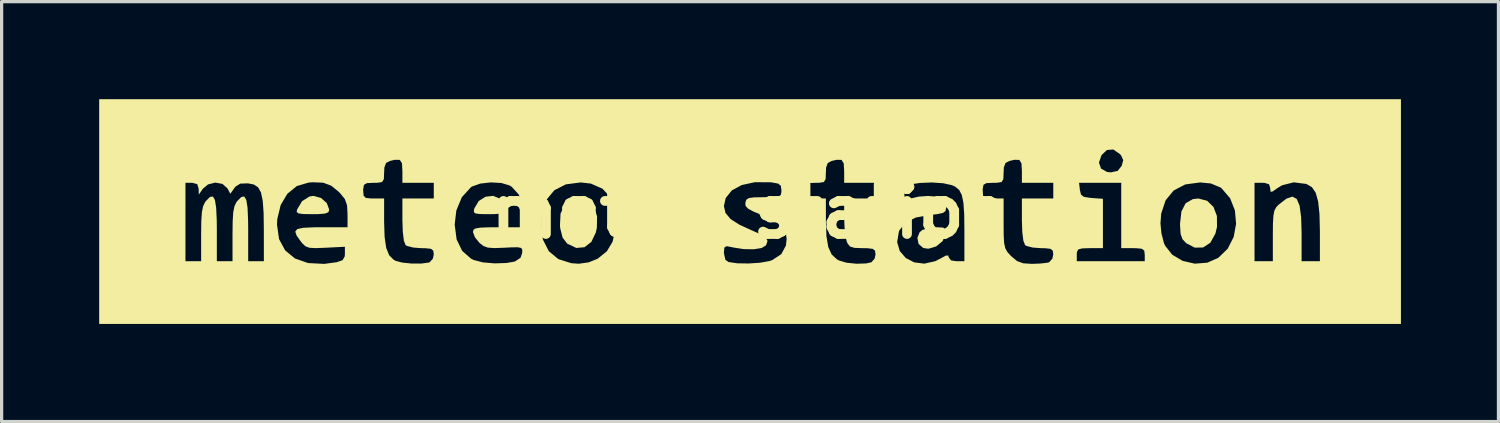
<source format=kicad_pcb>
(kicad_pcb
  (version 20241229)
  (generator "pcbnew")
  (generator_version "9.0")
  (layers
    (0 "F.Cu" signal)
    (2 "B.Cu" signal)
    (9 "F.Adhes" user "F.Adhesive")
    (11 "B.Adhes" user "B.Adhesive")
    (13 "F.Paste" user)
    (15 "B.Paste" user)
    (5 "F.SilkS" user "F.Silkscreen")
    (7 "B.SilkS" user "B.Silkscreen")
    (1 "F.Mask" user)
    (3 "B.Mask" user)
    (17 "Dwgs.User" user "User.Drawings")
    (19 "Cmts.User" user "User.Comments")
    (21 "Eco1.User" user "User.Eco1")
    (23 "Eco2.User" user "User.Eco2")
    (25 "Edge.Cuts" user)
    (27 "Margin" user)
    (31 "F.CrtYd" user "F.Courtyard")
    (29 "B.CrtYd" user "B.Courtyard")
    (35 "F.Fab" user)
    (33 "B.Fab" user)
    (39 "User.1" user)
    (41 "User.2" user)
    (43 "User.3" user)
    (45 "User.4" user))
  (footprint "meteo_station"
    (layer "F.Cu")
    (at 20.015 3.456)
    (property "Reference" "meteo_station" (at 0 0 0) (layer "F.SilkS") (effects (font (size 1.524 1.524) (thickness 0.3))))
    (attr board_only exclude_from_pos_files exclude_from_bom)
    (fp_poly (pts (xy -13.195 -0.419) (xy -13.016 -0.262) (xy -12.941 -0.059) (xy -12.941 -0.054) (xy -12.967 0.02) (xy -13.067 0.061) (xy -13.275 0.078) (xy -13.461 0.08) (xy -13.74 0.076) (xy -13.89 0.055) (xy -13.942 0.01) (xy -13.931 -0.06) (xy -13.775 -0.321) (xy -13.549 -0.464) (xy -13.423 -0.482)) (stroke (width 0) (type solid)) (fill yes) (layer "F.SilkS"))
    (fp_poly (pts (xy -7.685 -0.394) (xy -7.6 -0.304) (xy -7.492 -0.12) (xy -7.491 -0.004) (xy -7.612 0.057) (xy -7.871 0.079) (xy -8.003 0.08) (xy -8.285 0.077) (xy -8.437 0.06) (xy -8.494 0.016) (xy -8.487 -0.067) (xy -8.477 -0.1) (xy -8.344 -0.325) (xy -8.136 -0.456) (xy -7.9 -0.483)) (stroke (width 0) (type solid)) (fill yes) (layer "F.SilkS"))
    (fp_poly (pts (xy 5.939 0.493) (xy 6.014 0.55) (xy 6.015 0.688) (xy 6.014 0.699) (xy 5.918 0.912) (xy 5.722 1.072) (xy 5.484 1.143) (xy 5.325 1.12) (xy 5.182 0.994) (xy 5.145 0.81) (xy 5.215 0.634) (xy 5.3 0.565) (xy 5.486 0.509) (xy 5.728 0.482) (xy 5.747 0.482)) (stroke (width 0) (type solid)) (fill yes) (layer "F.SilkS"))
    (fp_poly (pts (xy -4.997 -0.333) (xy -4.804 -0.144) (xy -4.705 0.142) (xy -4.711 0.499) (xy -4.743 0.645) (xy -4.882 0.934) (xy -5.091 1.096) (xy -5.343 1.119) (xy -5.61 0.993) (xy -5.628 0.98) (xy -5.764 0.803) (xy -5.836 0.523) (xy -5.846 0.437) (xy -5.828 0.066) (xy -5.704 -0.207) (xy -5.483 -0.366) (xy -5.271 -0.402)) (stroke (width 0) (type solid)) (fill yes) (layer "F.SilkS"))
    (fp_poly (pts (xy 14.055 -0.332) (xy 14.25 -0.143) (xy 14.356 0.135) (xy 14.359 0.473) (xy 14.31 0.677) (xy 14.154 0.958) (xy 13.932 1.104) (xy 13.672 1.109) (xy 13.412 0.972) (xy 13.297 0.849) (xy 13.24 0.688) (xy 13.223 0.431) (xy 13.222 0.377) (xy 13.265 -0.005) (xy 13.395 -0.257) (xy 13.617 -0.383) (xy 13.785 -0.402)) (stroke (width 0) (type solid)) (fill yes) (layer "F.SilkS"))
    (fp_poly (pts (xy 20.015 3.456) (xy -20.015 3.456) (xy -20.015 1.527) (xy -17.362 1.527) (xy -16.88 1.527) (xy -16.88 0.692) (xy -16.875 0.294) (xy -16.857 0.022) (xy -16.821 -0.159) (xy -16.762 -0.285) (xy -16.732 -0.325) (xy -16.609 -0.449) (xy -16.518 -0.463) (xy -16.456 -0.357) (xy -16.418 -0.12) (xy -16.4 0.26) (xy -16.397 0.567) (xy -16.397 1.527) (xy -15.915 1.527) (xy -15.915 0.692) (xy -15.91 0.294) (xy -15.893 0.022) (xy -15.857 -0.159) (xy -15.798 -0.285) (xy -15.767 -0.325) (xy -15.644 -0.449) (xy -15.553 -0.463) (xy -15.491 -0.357) (xy -15.453 -0.12) (xy -15.436 0.26) (xy -15.433 0.567) (xy -15.433 1.527) (xy -14.951 1.527) (xy -14.952 0.543) (xy -14.954 0.403) (xy -14.547 0.403) (xy -14.484 0.846) (xy -14.296 1.194) (xy -13.995 1.442) (xy -13.591 1.583) (xy -13.096 1.609) (xy -12.71 1.557) (xy -12.53 1.495) (xy -12.464 1.377) (xy -12.459 1.295) (xy -12.459 1.082) (xy -13.049 1.112) (xy -13.357 1.124) (xy -13.549 1.113) (xy -13.67 1.069) (xy -13.766 0.98) (xy -13.813 0.922) (xy -13.943 0.739) (xy -13.986 0.616) (xy -13.924 0.539) (xy -13.743 0.499) (xy -13.425 0.484) (xy -13.182 0.482) (xy -12.378 0.482) (xy -12.378 0.072) (xy -12.394 -0.196) (xy -12.459 -0.383) (xy -12.607 -0.566) (xy -12.652 -0.611) (xy -12.691 -0.643) (xy -11.896 -0.643) (xy -11.884 -0.488) (xy -11.815 -0.42) (xy -11.644 -0.402) (xy -11.575 -0.402) (xy -11.253 -0.402) (xy -11.253 0.318) (xy -11.238 0.784) (xy -11.189 1.117) (xy -11.099 1.341) (xy -10.959 1.482) (xy -10.902 1.514) (xy -10.699 1.568) (xy -10.412 1.598) (xy -10.116 1.599) (xy -9.886 1.569) (xy -9.853 1.559) (xy -9.754 1.449) (xy -9.726 1.318) (xy -9.741 1.202) (xy -9.814 1.145) (xy -9.987 1.127) (xy -10.112 1.125) (xy -10.36 1.106) (xy -10.546 1.058) (xy -10.594 1.029) (xy -10.646 0.893) (xy -10.679 0.623) (xy -10.686 0.401) (xy -9.083 0.401) (xy -9.024 0.854) (xy -8.853 1.208) (xy -8.577 1.45) (xy -8.499 1.488) (xy -8.219 1.562) (xy -7.858 1.593) (xy -7.488 1.581) (xy -7.234 1.536) (xy -7.059 1.421) (xy -7.009 1.28) (xy -7.003 1.176) (xy -7.037 1.119) (xy -7.146 1.097) (xy -7.361 1.101) (xy -7.557 1.112) (xy -7.867 1.123) (xy -8.066 1.108) (xy -8.202 1.057) (xy -8.324 0.96) (xy -8.461 0.79) (xy -8.52 0.634) (xy -8.52 0.629) (xy -8.506 0.562) (xy -8.443 0.519) (xy -8.302 0.495) (xy -8.056 0.484) (xy -7.716 0.482) (xy -6.913 0.482) (xy -6.913 0.402) (xy -6.43 0.402) (xy -6.369 0.864) (xy -6.188 1.219) (xy -5.895 1.462) (xy -5.494 1.588) (xy -5.265 1.604) (xy -4.964 1.562) (xy -4.689 1.452) (xy -4.686 1.45) (xy -4.468 1.274) (xy -0.804 1.274) (xy -0.76 1.481) (xy -0.663 1.552) (xy -0.391 1.591) (xy -0.045 1.596) (xy 0.306 1.573) (xy 0.594 1.522) (xy 0.679 1.494) (xy 0.96 1.31) (xy 1.103 1.045) (xy 1.125 0.844) (xy 1.096 0.616) (xy 0.992 0.44) (xy 0.786 0.291) (xy 0.452 0.14) (xy 0.399 0.119) (xy 0.105 0.000145) (xy -0.065 -0.092) (xy -0.138 -0.176) (xy -0.145 -0.27) (xy -0.117 -0.362) (xy -0.042 -0.414) (xy 0.118 -0.437) (xy 0.4 -0.442) (xy 0.422 -0.442) (xy 0.709 -0.445) (xy 0.872 -0.463) (xy 0.945 -0.51) (xy 0.964 -0.6) (xy 0.964 -0.643) (xy 1.688 -0.643) (xy 1.701 -0.488) (xy 1.769 -0.42) (xy 1.94 -0.402) (xy 2.009 -0.402) (xy 2.331 -0.402) (xy 2.332 0.301) (xy 2.349 0.761) (xy 2.405 1.09) (xy 2.508 1.316) (xy 2.668 1.466) (xy 2.734 1.504) (xy 2.967 1.573) (xy 3.273 1.604) (xy 3.569 1.595) (xy 3.731 1.559) (xy 3.83 1.449) (xy 3.858 1.318) (xy 3.844 1.204) (xy 3.774 1.147) (xy 3.608 1.127) (xy 3.454 1.125) (xy 3.208 1.116) (xy 3.072 1.073) (xy 2.996 0.976) (xy 2.98 0.938) (xy 4.523 0.938) (xy 4.603 1.212) (xy 4.787 1.426) (xy 5.048 1.562) (xy 5.359 1.601) (xy 5.691 1.527) (xy 5.848 1.448) (xy 6.019 1.354) (xy 6.095 1.351) (xy 6.109 1.408) (xy 6.181 1.502) (xy 6.35 1.527) (xy 6.591 1.527) (xy 6.591 0.557) (xy 6.585 0.076) (xy 6.561 -0.271) (xy 6.511 -0.51) (xy 6.442 -0.643) (xy 7.154 -0.643) (xy 7.166 -0.488) (xy 7.235 -0.42) (xy 7.406 -0.402) (xy 7.475 -0.402) (xy 7.797 -0.402) (xy 7.797 0.368) (xy 7.799 0.728) (xy 7.813 0.966) (xy 7.847 1.124) (xy 7.91 1.24) (xy 8.013 1.354) (xy 8.032 1.373) (xy 8.211 1.522) (xy 8.401 1.591) (xy 8.668 1.608) (xy 8.929 1.598) (xy 9.136 1.574) (xy 9.197 1.559) (xy 9.225 1.527) (xy 10.047 1.527) (xy 12.137 1.527) (xy 12.137 1.326) (xy 12.122 1.202) (xy 12.049 1.144) (xy 11.873 1.126) (xy 11.776 1.125) (xy 11.414 1.125) (xy 11.414 0.362) (xy 12.62 0.362) (xy 12.65 0.669) (xy 12.725 0.96) (xy 12.76 1.045) (xy 12.985 1.329) (xy 13.305 1.517) (xy 13.676 1.602) (xy 14.058 1.572) (xy 14.161 1.527) (xy 15.513 1.527) (xy 16.076 1.527) (xy 16.076 0.737) (xy 16.079 0.368) (xy 16.094 0.123) (xy 16.126 -0.034) (xy 16.183 -0.139) (xy 16.257 -0.215) (xy 16.497 -0.399) (xy 16.68 -0.459) (xy 16.812 -0.388) (xy 16.899 -0.18) (xy 16.946 0.173) (xy 16.96 0.649) (xy 16.96 1.527) (xy 17.523 1.527) (xy 17.523 0.599) (xy 17.51 0.075) (xy 17.469 -0.311) (xy 17.394 -0.579) (xy 17.277 -0.751) (xy 17.114 -0.846) (xy 17.102 -0.85) (xy 16.719 -0.899) (xy 16.361 -0.809) (xy 16.223 -0.726) (xy 16.071 -0.619) (xy 16.009 -0.606) (xy 15.996 -0.687) (xy 15.996 -0.721) (xy 15.959 -0.84) (xy 15.82 -0.882) (xy 15.754 -0.884) (xy 15.513 -0.884) (xy 15.513 1.527) (xy 14.161 1.527) (xy 14.396 1.425) (xy 14.688 1.142) (xy 14.872 0.78) (xy 14.946 0.375) (xy 14.91 -0.033) (xy 14.763 -0.408) (xy 14.503 -0.712) (xy 14.463 -0.742) (xy 14.17 -0.864) (xy 13.841 -0.896) (xy 13.385 -0.835) (xy 13.029 -0.65) (xy 12.779 -0.348) (xy 12.643 0.062) (xy 12.62 0.362) (xy 11.414 0.362) (xy 11.414 -0.884) (xy 10.117 -0.884) (xy 10.143 -0.663) (xy 10.177 -0.522) (xy 10.269 -0.451) (xy 10.466 -0.421) (xy 10.51 -0.417) (xy 10.851 -0.393) (xy 10.851 1.125) (xy 10.449 1.125) (xy 10.211 1.132) (xy 10.092 1.165) (xy 10.051 1.246) (xy 10.047 1.326) (xy 10.047 1.527) (xy 9.225 1.527) (xy 9.296 1.449) (xy 9.324 1.318) (xy 9.309 1.202) (xy 9.236 1.145) (xy 9.063 1.127) (xy 8.938 1.125) (xy 8.69 1.106) (xy 8.504 1.058) (xy 8.456 1.029) (xy 8.404 0.893) (xy 8.371 0.623) (xy 8.359 0.265) (xy 8.359 -0.402) (xy 9.324 -0.402) (xy 9.324 -0.884) (xy 8.359 -0.884) (xy 8.359 -1.246) (xy 8.346 -1.483) (xy 8.331 -1.507) (xy 10.729 -1.507) (xy 10.792 -1.323) (xy 10.978 -1.218) (xy 11.097 -1.206) (xy 11.305 -1.251) (xy 11.428 -1.406) (xy 11.476 -1.583) (xy 11.408 -1.729) (xy 11.374 -1.768) (xy 11.171 -1.909) (xy 10.973 -1.893) (xy 10.807 -1.734) (xy 10.729 -1.507) (xy 8.331 -1.507) (xy 8.28 -1.589) (xy 8.127 -1.592) (xy 7.978 -1.557) (xy 7.856 -1.494) (xy 7.805 -1.358) (xy 7.797 -1.196) (xy 7.789 -0.997) (xy 7.733 -0.908) (xy 7.584 -0.885) (xy 7.475 -0.884) (xy 7.269 -0.875) (xy 7.178 -0.823) (xy 7.154 -0.695) (xy 7.154 -0.643) (xy 6.442 -0.643) (xy 6.43 -0.666) (xy 6.308 -0.766) (xy 6.207 -0.812) (xy 5.94 -0.871) (xy 5.589 -0.895) (xy 5.224 -0.88) (xy 4.989 -0.845) (xy 4.813 -0.78) (xy 4.748 -0.657) (xy 4.742 -0.558) (xy 4.756 -0.399) (xy 4.826 -0.365) (xy 4.949 -0.404) (xy 5.192 -0.461) (xy 5.474 -0.48) (xy 5.733 -0.46) (xy 5.91 -0.403) (xy 5.932 -0.386) (xy 6.012 -0.23) (xy 6.028 -0.116) (xy 6.011 -0.017) (xy 5.932 0.042) (xy 5.757 0.079) (xy 5.543 0.102) (xy 5.097 0.183) (xy 4.785 0.337) (xy 4.597 0.569) (xy 4.575 0.621) (xy 4.523 0.938) (xy 2.98 0.938) (xy 2.972 0.919) (xy 2.932 0.733) (xy 2.903 0.451) (xy 2.894 0.156) (xy 2.894 -0.402) (xy 3.858 -0.402) (xy 3.858 -0.884) (xy 2.894 -0.884) (xy 2.894 -1.246) (xy 2.88 -1.483) (xy 2.814 -1.589) (xy 2.662 -1.592) (xy 2.512 -1.557) (xy 2.39 -1.494) (xy 2.339 -1.358) (xy 2.331 -1.196) (xy 2.323 -0.997) (xy 2.268 -0.908) (xy 2.119 -0.885) (xy 2.009 -0.884) (xy 1.803 -0.875) (xy 1.712 -0.823) (xy 1.688 -0.695) (xy 1.688 -0.643) (xy 0.964 -0.643) (xy 0.965 -0.655) (xy 0.947 -0.791) (xy 0.866 -0.86) (xy 0.676 -0.895) (xy 0.623 -0.901) (xy 0.146 -0.903) (xy -0.255 -0.816) (xy -0.56 -0.651) (xy -0.749 -0.417) (xy -0.804 -0.169) (xy -0.756 0.041) (xy -0.602 0.228) (xy -0.322 0.407) (xy 0.02 0.563) (xy 0.318 0.695) (xy 0.484 0.801) (xy 0.537 0.903) (xy 0.498 1.021) (xy 0.485 1.043) (xy 0.354 1.121) (xy 0.113 1.159) (xy -0.189 1.155) (xy -0.506 1.107) (xy -0.543 1.098) (xy -0.72 1.064) (xy -0.791 1.107) (xy -0.804 1.259) (xy -0.804 1.274) (xy -4.468 1.274) (xy -4.404 1.222) (xy -4.228 0.929) (xy -4.138 0.534) (xy -4.127 0.425) (xy -4.147 -0.052) (xy -4.287 -0.432) (xy -4.539 -0.704) (xy -4.896 -0.861) (xy -5.209 -0.896) (xy -5.665 -0.837) (xy -6.019 -0.655) (xy -6.267 -0.355) (xy -6.403 0.059) (xy -6.43 0.402) (xy -6.913 0.402) (xy -6.913 0.141) (xy -6.969 -0.209) (xy -7.117 -0.529) (xy -7.329 -0.762) (xy -7.394 -0.803) (xy -7.649 -0.879) (xy -7.973 -0.897) (xy -8.295 -0.861) (xy -8.547 -0.772) (xy -8.583 -0.749) (xy -8.863 -0.442) (xy -9.033 -0.032) (xy -9.083 0.401) (xy -10.686 0.401) (xy -10.691 0.265) (xy -10.691 -0.402) (xy -9.726 -0.402) (xy -9.726 -0.884) (xy -10.691 -0.884) (xy -10.691 -1.246) (xy -10.704 -1.483) (xy -10.77 -1.589) (xy -10.923 -1.592) (xy -11.072 -1.557) (xy -11.194 -1.494) (xy -11.245 -1.358) (xy -11.253 -1.196) (xy -11.261 -0.997) (xy -11.317 -0.908) (xy -11.466 -0.885) (xy -11.575 -0.884) (xy -11.781 -0.875) (xy -11.872 -0.823) (xy -11.896 -0.695) (xy -11.896 -0.643) (xy -12.691 -0.643) (xy -12.881 -0.797) (xy -13.128 -0.888) (xy -13.451 -0.901) (xy -13.578 -0.891) (xy -13.938 -0.784) (xy -14.229 -0.546) (xy -14.434 -0.201) (xy -14.538 0.229) (xy -14.547 0.403) (xy -14.954 0.403) (xy -14.959 0.036) (xy -14.986 -0.333) (xy -15.039 -0.586) (xy -15.126 -0.744) (xy -15.256 -0.831) (xy -15.436 -0.867) (xy -15.447 -0.868) (xy -15.678 -0.859) (xy -15.825 -0.766) (xy -15.86 -0.72) (xy -15.982 -0.547) (xy -16.072 -0.716) (xy -16.224 -0.851) (xy -16.443 -0.891) (xy -16.668 -0.835) (xy -16.826 -0.703) (xy -16.952 -0.522) (xy -16.956 -0.703) (xy -16.999 -0.843) (xy -17.148 -0.884) (xy -17.161 -0.884) (xy -17.362 -0.884) (xy -17.362 1.527) (xy -20.015 1.527) (xy -20.015 -3.456) (xy 20.015 -3.456)) (stroke (width 0) (type solid)) (fill yes) (layer "F.SilkS")))
  (gr_rect
    (start -3 -3)
    (end 43.029 9.913)
    (stroke (width 0.1) (type default))
    (fill no)
    (layer "Edge.Cuts")))
</source>
